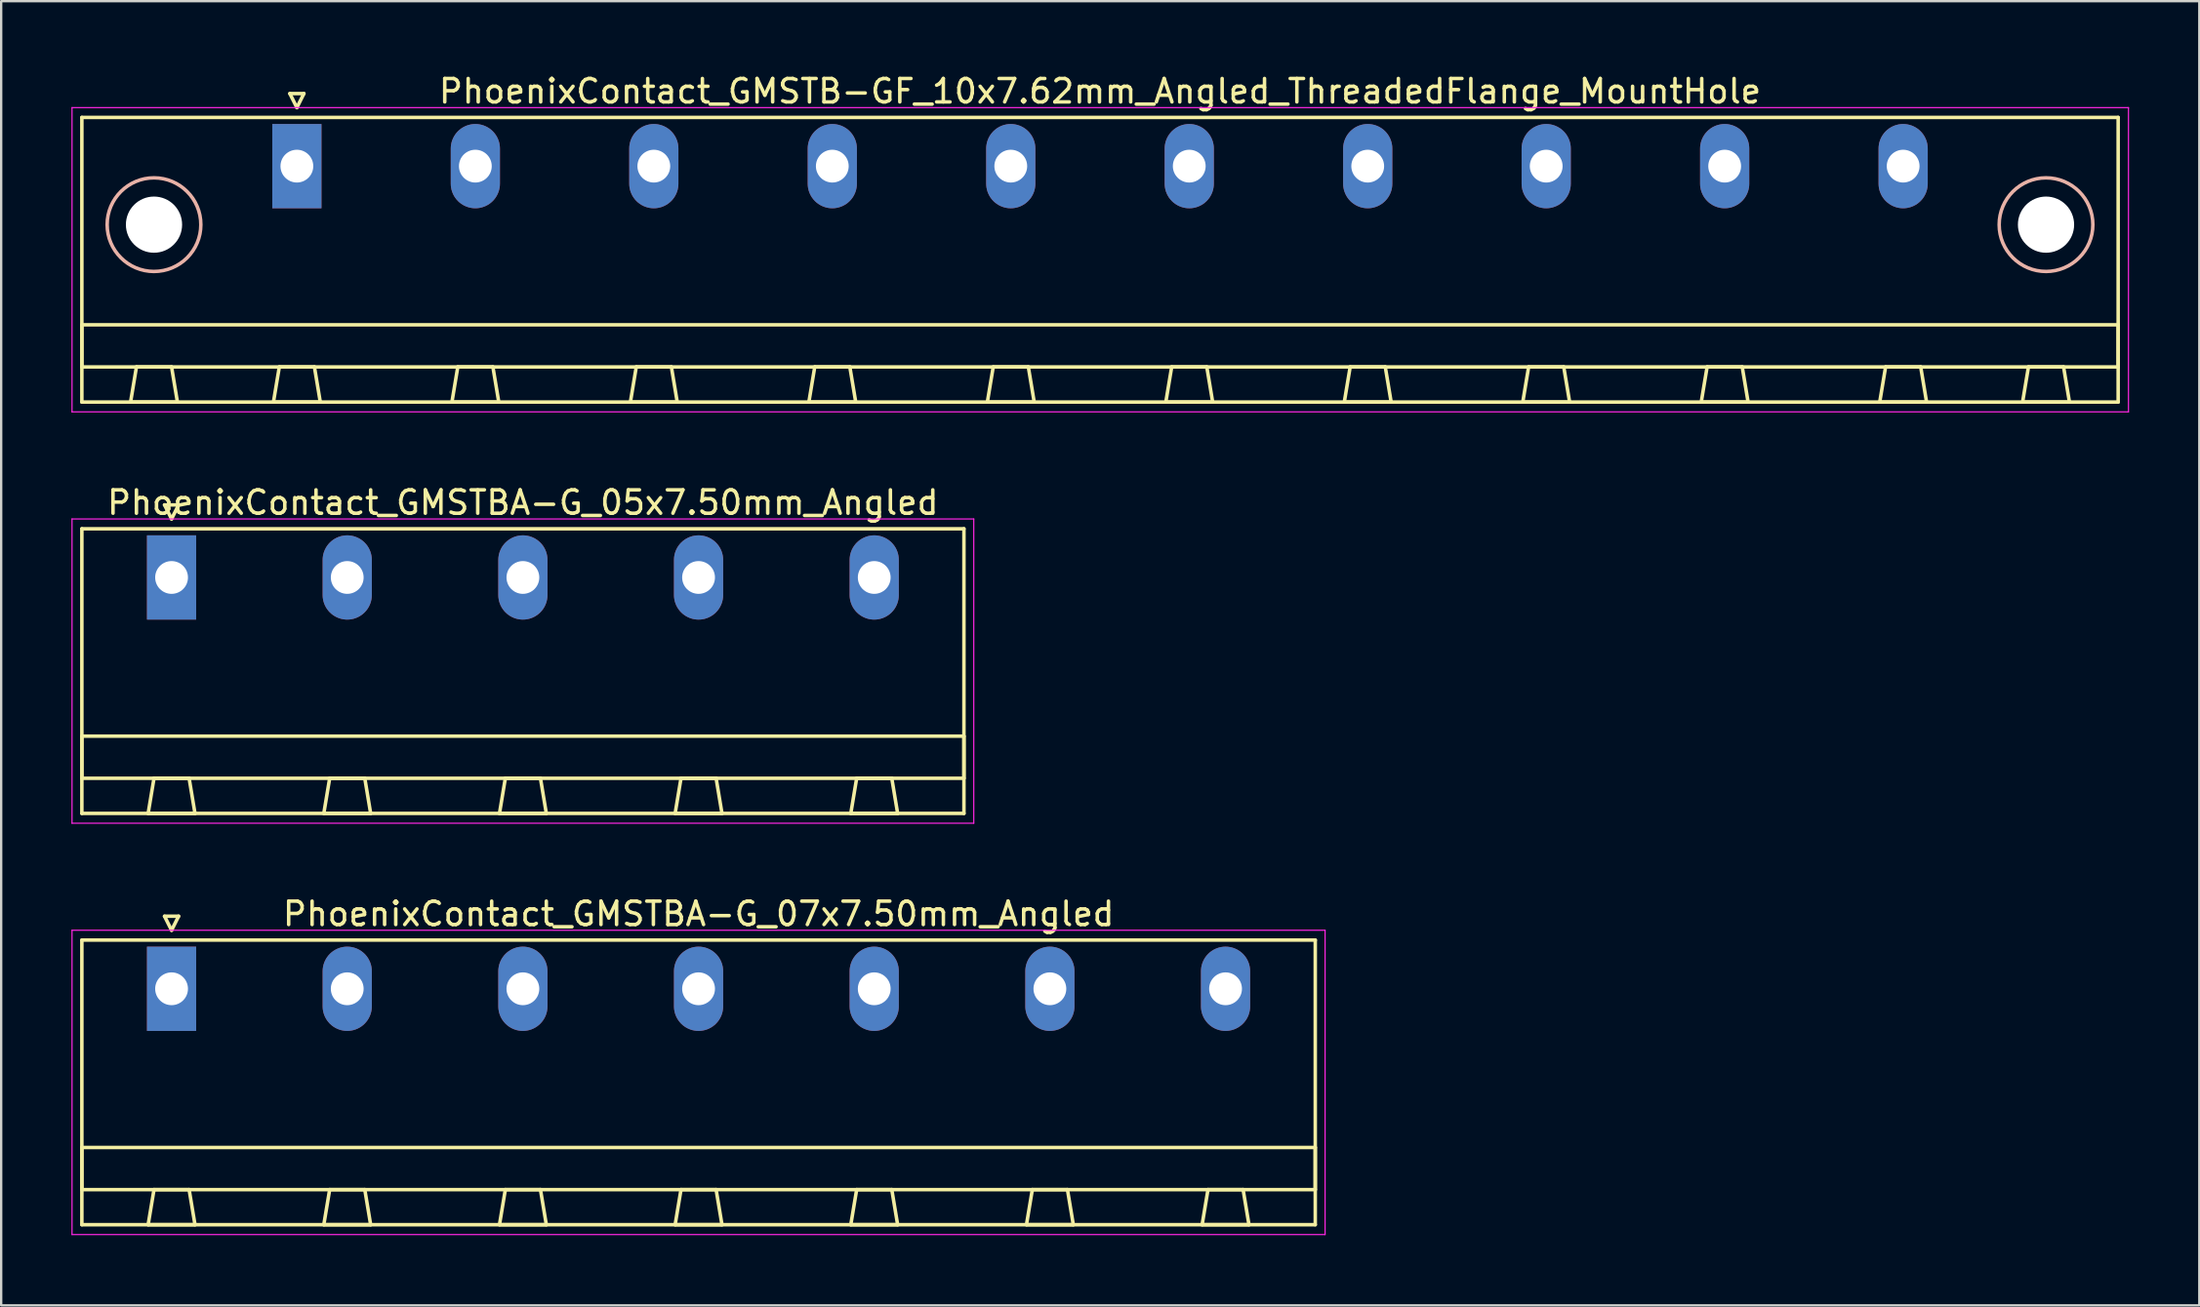
<source format=kicad_pcb>
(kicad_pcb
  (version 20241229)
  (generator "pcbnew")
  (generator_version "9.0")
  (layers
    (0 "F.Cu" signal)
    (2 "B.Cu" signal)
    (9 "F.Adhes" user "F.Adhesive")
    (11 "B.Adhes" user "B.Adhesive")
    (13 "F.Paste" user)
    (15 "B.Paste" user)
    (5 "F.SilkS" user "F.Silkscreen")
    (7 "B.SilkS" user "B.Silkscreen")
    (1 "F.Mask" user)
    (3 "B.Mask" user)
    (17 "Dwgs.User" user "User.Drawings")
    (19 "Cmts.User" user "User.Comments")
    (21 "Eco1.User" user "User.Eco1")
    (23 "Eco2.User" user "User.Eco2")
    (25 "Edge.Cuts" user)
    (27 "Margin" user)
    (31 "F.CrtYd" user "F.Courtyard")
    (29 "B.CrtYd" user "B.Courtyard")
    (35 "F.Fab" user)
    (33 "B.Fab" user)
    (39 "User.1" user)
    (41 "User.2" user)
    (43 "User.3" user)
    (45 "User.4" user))
  (footprint "PhoenixContact_GMSTB-GF_10x7.62mm_Angled_ThreadedFlange_MountHole"
    (layer "F.Cu")
    (at 9.625 4.048)
    (property "Reference" "PhoenixContact_GMSTB-GF_10x7.62mm_Angled_ThreadedFlange_MountHole" (at 34.29 -3.2 0) (layer "F.SilkS") (effects (font (size 1 1) (thickness 0.15))))
    (attr through_hole)
    (fp_line (start -9.18 -2.08) (end -9.18 10.08) (stroke (width 0.15) (type solid)) (layer "F.SilkS"))
    (fp_line (start -9.18 6.78) (end 77.76 6.78) (stroke (width 0.15) (type solid)) (layer "F.SilkS"))
    (fp_line (start -9.18 8.58) (end -9.18 6.78) (stroke (width 0.15) (type solid)) (layer "F.SilkS"))
    (fp_line (start -9.18 10.08) (end 77.76 10.08) (stroke (width 0.15) (type solid)) (layer "F.SilkS"))
    (fp_line (start -7.1 10.08) (end -5.1 10.08) (stroke (width 0.15) (type solid)) (layer "F.SilkS"))
    (fp_line (start -6.85 8.58) (end -7.1 10.08) (stroke (width 0.15) (type solid)) (layer "F.SilkS"))
    (fp_line (start -5.35 8.58) (end -6.85 8.58) (stroke (width 0.15) (type solid)) (layer "F.SilkS"))
    (fp_line (start -5.1 10.08) (end -5.35 8.58) (stroke (width 0.15) (type solid)) (layer "F.SilkS"))
    (fp_line (start -1 10.08) (end 1 10.08) (stroke (width 0.15) (type solid)) (layer "F.SilkS"))
    (fp_line (start -0.75 8.58) (end -1 10.08) (stroke (width 0.15) (type solid)) (layer "F.SilkS"))
    (fp_line (start -0.3 -3.1) (end 0 -2.5) (stroke (width 0.15) (type solid)) (layer "F.SilkS"))
    (fp_line (start 0 -2.5) (end 0.3 -3.1) (stroke (width 0.15) (type solid)) (layer "F.SilkS"))
    (fp_line (start 0.3 -3.1) (end -0.3 -3.1) (stroke (width 0.15) (type solid)) (layer "F.SilkS"))
    (fp_line (start 0.75 8.58) (end -0.75 8.58) (stroke (width 0.15) (type solid)) (layer "F.SilkS"))
    (fp_line (start 1 10.08) (end 0.75 8.58) (stroke (width 0.15) (type solid)) (layer "F.SilkS"))
    (fp_line (start 6.62 10.08) (end 8.62 10.08) (stroke (width 0.15) (type solid)) (layer "F.SilkS"))
    (fp_line (start 6.87 8.58) (end 6.62 10.08) (stroke (width 0.15) (type solid)) (layer "F.SilkS"))
    (fp_line (start 8.37 8.58) (end 6.87 8.58) (stroke (width 0.15) (type solid)) (layer "F.SilkS"))
    (fp_line (start 8.62 10.08) (end 8.37 8.58) (stroke (width 0.15) (type solid)) (layer "F.SilkS"))
    (fp_line (start 14.24 10.08) (end 16.24 10.08) (stroke (width 0.15) (type solid)) (layer "F.SilkS"))
    (fp_line (start 14.49 8.58) (end 14.24 10.08) (stroke (width 0.15) (type solid)) (layer "F.SilkS"))
    (fp_line (start 15.99 8.58) (end 14.49 8.58) (stroke (width 0.15) (type solid)) (layer "F.SilkS"))
    (fp_line (start 16.24 10.08) (end 15.99 8.58) (stroke (width 0.15) (type solid)) (layer "F.SilkS"))
    (fp_line (start 21.86 10.08) (end 23.86 10.08) (stroke (width 0.15) (type solid)) (layer "F.SilkS"))
    (fp_line (start 22.11 8.58) (end 21.86 10.08) (stroke (width 0.15) (type solid)) (layer "F.SilkS"))
    (fp_line (start 23.61 8.58) (end 22.11 8.58) (stroke (width 0.15) (type solid)) (layer "F.SilkS"))
    (fp_line (start 23.86 10.08) (end 23.61 8.58) (stroke (width 0.15) (type solid)) (layer "F.SilkS"))
    (fp_line (start 29.48 10.08) (end 31.48 10.08) (stroke (width 0.15) (type solid)) (layer "F.SilkS"))
    (fp_line (start 29.73 8.58) (end 29.48 10.08) (stroke (width 0.15) (type solid)) (layer "F.SilkS"))
    (fp_line (start 31.23 8.58) (end 29.73 8.58) (stroke (width 0.15) (type solid)) (layer "F.SilkS"))
    (fp_line (start 31.48 10.08) (end 31.23 8.58) (stroke (width 0.15) (type solid)) (layer "F.SilkS"))
    (fp_line (start 37.1 10.08) (end 39.1 10.08) (stroke (width 0.15) (type solid)) (layer "F.SilkS"))
    (fp_line (start 37.35 8.58) (end 37.1 10.08) (stroke (width 0.15) (type solid)) (layer "F.SilkS"))
    (fp_line (start 38.85 8.58) (end 37.35 8.58) (stroke (width 0.15) (type solid)) (layer "F.SilkS"))
    (fp_line (start 39.1 10.08) (end 38.85 8.58) (stroke (width 0.15) (type solid)) (layer "F.SilkS"))
    (fp_line (start 44.72 10.08) (end 46.72 10.08) (stroke (width 0.15) (type solid)) (layer "F.SilkS"))
    (fp_line (start 44.97 8.58) (end 44.72 10.08) (stroke (width 0.15) (type solid)) (layer "F.SilkS"))
    (fp_line (start 46.47 8.58) (end 44.97 8.58) (stroke (width 0.15) (type solid)) (layer "F.SilkS"))
    (fp_line (start 46.72 10.08) (end 46.47 8.58) (stroke (width 0.15) (type solid)) (layer "F.SilkS"))
    (fp_line (start 52.34 10.08) (end 54.34 10.08) (stroke (width 0.15) (type solid)) (layer "F.SilkS"))
    (fp_line (start 52.59 8.58) (end 52.34 10.08) (stroke (width 0.15) (type solid)) (layer "F.SilkS"))
    (fp_line (start 54.09 8.58) (end 52.59 8.58) (stroke (width 0.15) (type solid)) (layer "F.SilkS"))
    (fp_line (start 54.34 10.08) (end 54.09 8.58) (stroke (width 0.15) (type solid)) (layer "F.SilkS"))
    (fp_line (start 59.96 10.08) (end 61.96 10.08) (stroke (width 0.15) (type solid)) (layer "F.SilkS"))
    (fp_line (start 60.21 8.58) (end 59.96 10.08) (stroke (width 0.15) (type solid)) (layer "F.SilkS"))
    (fp_line (start 61.71 8.58) (end 60.21 8.58) (stroke (width 0.15) (type solid)) (layer "F.SilkS"))
    (fp_line (start 61.96 10.08) (end 61.71 8.58) (stroke (width 0.15) (type solid)) (layer "F.SilkS"))
    (fp_line (start 67.58 10.08) (end 69.58 10.08) (stroke (width 0.15) (type solid)) (layer "F.SilkS"))
    (fp_line (start 67.83 8.58) (end 67.58 10.08) (stroke (width 0.15) (type solid)) (layer "F.SilkS"))
    (fp_line (start 69.33 8.58) (end 67.83 8.58) (stroke (width 0.15) (type solid)) (layer "F.SilkS"))
    (fp_line (start 69.58 10.08) (end 69.33 8.58) (stroke (width 0.15) (type solid)) (layer "F.SilkS"))
    (fp_line (start 73.68 10.08) (end 75.68 10.08) (stroke (width 0.15) (type solid)) (layer "F.SilkS"))
    (fp_line (start 73.93 8.58) (end 73.68 10.08) (stroke (width 0.15) (type solid)) (layer "F.SilkS"))
    (fp_line (start 75.43 8.58) (end 73.93 8.58) (stroke (width 0.15) (type solid)) (layer "F.SilkS"))
    (fp_line (start 75.68 10.08) (end 75.43 8.58) (stroke (width 0.15) (type solid)) (layer "F.SilkS"))
    (fp_line (start 77.76 -2.08) (end -9.18 -2.08) (stroke (width 0.15) (type solid)) (layer "F.SilkS"))
    (fp_line (start 77.76 6.78) (end 77.76 8.58) (stroke (width 0.15) (type solid)) (layer "F.SilkS"))
    (fp_line (start 77.76 8.58) (end -9.18 8.58) (stroke (width 0.15) (type solid)) (layer "F.SilkS"))
    (fp_line (start 77.76 10.08) (end 77.76 -2.08) (stroke (width 0.15) (type solid)) (layer "F.SilkS"))
    (fp_circle (center -6.1 2.5) (end -4.1 2.5) (stroke (width 0.15) (type solid)) (fill no) (layer "B.SilkS"))
    (fp_circle (center 74.68 2.5) (end 76.68 2.5) (stroke (width 0.15) (type solid)) (fill no) (layer "B.SilkS"))
    (fp_line (start -9.6 -2.5) (end -9.6 10.5) (stroke (width 0.05) (type solid)) (layer "F.CrtYd"))
    (fp_line (start -9.6 10.5) (end 78.2 10.5) (stroke (width 0.05) (type solid)) (layer "F.CrtYd"))
    (fp_line (start 78.2 -2.5) (end -9.6 -2.5) (stroke (width 0.05) (type solid)) (layer "F.CrtYd"))
    (fp_line (start 78.2 10.5) (end 78.2 -2.5) (stroke (width 0.05) (type solid)) (layer "F.CrtYd"))
    (pad "" np_thru_hole circle (at -6.1 2.5) (size 2.4 2.4) (drill 2.4) (layers "*.Cu" "*.Mask"))
    (pad "" np_thru_hole circle (at 74.68 2.5) (size 2.4 2.4) (drill 2.4) (layers "*.Cu" "*.Mask"))
    (pad "1" thru_hole rect (at 0 0) (size 2.1 3.6) (drill 1.4) (layers "*.Cu" "*.Mask"))
    (pad "2" thru_hole oval (at 7.62 0) (size 2.1 3.6) (drill 1.4) (layers "*.Cu" "*.Mask"))
    (pad "3" thru_hole oval (at 15.24 0) (size 2.1 3.6) (drill 1.4) (layers "*.Cu" "*.Mask"))
    (pad "4" thru_hole oval (at 22.86 0) (size 2.1 3.6) (drill 1.4) (layers "*.Cu" "*.Mask"))
    (pad "5" thru_hole oval (at 30.48 0) (size 2.1 3.6) (drill 1.4) (layers "*.Cu" "*.Mask"))
    (pad "6" thru_hole oval (at 38.1 0) (size 2.1 3.6) (drill 1.4) (layers "*.Cu" "*.Mask"))
    (pad "7" thru_hole oval (at 45.72 0) (size 2.1 3.6) (drill 1.4) (layers "*.Cu" "*.Mask"))
    (pad "8" thru_hole oval (at 53.34 0) (size 2.1 3.6) (drill 1.4) (layers "*.Cu" "*.Mask"))
    (pad "9" thru_hole oval (at 60.96 0) (size 2.1 3.6) (drill 1.4) (layers "*.Cu" "*.Mask"))
    (pad "10" thru_hole oval (at 68.58 0) (size 2.1 3.6) (drill 1.4) (layers "*.Cu" "*.Mask")))
  (footprint "PhoenixContact_GMSTBA-G_05x7.50mm_Angled"
    (layer "F.Cu")
    (at 4.275 21.622)
    (property "Reference" "PhoenixContact_GMSTBA-G_05x7.50mm_Angled" (at 15 -3.2 0) (layer "F.SilkS") (effects (font (size 1 1) (thickness 0.15))))
    (attr through_hole)
    (fp_line (start -3.83 -2.08) (end -3.83 10.08) (stroke (width 0.15) (type solid)) (layer "F.SilkS"))
    (fp_line (start -3.83 6.78) (end 33.83 6.78) (stroke (width 0.15) (type solid)) (layer "F.SilkS"))
    (fp_line (start -3.83 8.58) (end -3.83 6.78) (stroke (width 0.15) (type solid)) (layer "F.SilkS"))
    (fp_line (start -3.83 10.08) (end 33.83 10.08) (stroke (width 0.15) (type solid)) (layer "F.SilkS"))
    (fp_line (start -1 10.08) (end 1 10.08) (stroke (width 0.15) (type solid)) (layer "F.SilkS"))
    (fp_line (start -0.75 8.58) (end -1 10.08) (stroke (width 0.15) (type solid)) (layer "F.SilkS"))
    (fp_line (start -0.3 -3.1) (end 0 -2.5) (stroke (width 0.15) (type solid)) (layer "F.SilkS"))
    (fp_line (start 0 -2.5) (end 0.3 -3.1) (stroke (width 0.15) (type solid)) (layer "F.SilkS"))
    (fp_line (start 0.3 -3.1) (end -0.3 -3.1) (stroke (width 0.15) (type solid)) (layer "F.SilkS"))
    (fp_line (start 0.75 8.58) (end -0.75 8.58) (stroke (width 0.15) (type solid)) (layer "F.SilkS"))
    (fp_line (start 1 10.08) (end 0.75 8.58) (stroke (width 0.15) (type solid)) (layer "F.SilkS"))
    (fp_line (start 6.5 10.08) (end 8.5 10.08) (stroke (width 0.15) (type solid)) (layer "F.SilkS"))
    (fp_line (start 6.75 8.58) (end 6.5 10.08) (stroke (width 0.15) (type solid)) (layer "F.SilkS"))
    (fp_line (start 8.25 8.58) (end 6.75 8.58) (stroke (width 0.15) (type solid)) (layer "F.SilkS"))
    (fp_line (start 8.5 10.08) (end 8.25 8.58) (stroke (width 0.15) (type solid)) (layer "F.SilkS"))
    (fp_line (start 14 10.08) (end 16 10.08) (stroke (width 0.15) (type solid)) (layer "F.SilkS"))
    (fp_line (start 14.25 8.58) (end 14 10.08) (stroke (width 0.15) (type solid)) (layer "F.SilkS"))
    (fp_line (start 15.75 8.58) (end 14.25 8.58) (stroke (width 0.15) (type solid)) (layer "F.SilkS"))
    (fp_line (start 16 10.08) (end 15.75 8.58) (stroke (width 0.15) (type solid)) (layer "F.SilkS"))
    (fp_line (start 21.5 10.08) (end 23.5 10.08) (stroke (width 0.15) (type solid)) (layer "F.SilkS"))
    (fp_line (start 21.75 8.58) (end 21.5 10.08) (stroke (width 0.15) (type solid)) (layer "F.SilkS"))
    (fp_line (start 23.25 8.58) (end 21.75 8.58) (stroke (width 0.15) (type solid)) (layer "F.SilkS"))
    (fp_line (start 23.5 10.08) (end 23.25 8.58) (stroke (width 0.15) (type solid)) (layer "F.SilkS"))
    (fp_line (start 29 10.08) (end 31 10.08) (stroke (width 0.15) (type solid)) (layer "F.SilkS"))
    (fp_line (start 29.25 8.58) (end 29 10.08) (stroke (width 0.15) (type solid)) (layer "F.SilkS"))
    (fp_line (start 30.75 8.58) (end 29.25 8.58) (stroke (width 0.15) (type solid)) (layer "F.SilkS"))
    (fp_line (start 31 10.08) (end 30.75 8.58) (stroke (width 0.15) (type solid)) (layer "F.SilkS"))
    (fp_line (start 33.83 -2.08) (end -3.83 -2.08) (stroke (width 0.15) (type solid)) (layer "F.SilkS"))
    (fp_line (start 33.83 6.78) (end 33.83 8.58) (stroke (width 0.15) (type solid)) (layer "F.SilkS"))
    (fp_line (start 33.83 8.58) (end -3.83 8.58) (stroke (width 0.15) (type solid)) (layer "F.SilkS"))
    (fp_line (start 33.83 10.08) (end 33.83 -2.08) (stroke (width 0.15) (type solid)) (layer "F.SilkS"))
    (fp_line (start -4.25 -2.5) (end -4.25 10.5) (stroke (width 0.05) (type solid)) (layer "F.CrtYd"))
    (fp_line (start -4.25 10.5) (end 34.25 10.5) (stroke (width 0.05) (type solid)) (layer "F.CrtYd"))
    (fp_line (start 34.25 -2.5) (end -4.25 -2.5) (stroke (width 0.05) (type solid)) (layer "F.CrtYd"))
    (fp_line (start 34.25 10.5) (end 34.25 -2.5) (stroke (width 0.05) (type solid)) (layer "F.CrtYd"))
    (pad "1" thru_hole rect (at 0 0) (size 2.1 3.6) (drill 1.4) (layers "*.Cu" "*.Mask"))
    (pad "2" thru_hole oval (at 7.5 0) (size 2.1 3.6) (drill 1.4) (layers "*.Cu" "*.Mask"))
    (pad "3" thru_hole oval (at 15 0) (size 2.1 3.6) (drill 1.4) (layers "*.Cu" "*.Mask"))
    (pad "4" thru_hole oval (at 22.5 0) (size 2.1 3.6) (drill 1.4) (layers "*.Cu" "*.Mask"))
    (pad "5" thru_hole oval (at 30 0) (size 2.1 3.6) (drill 1.4) (layers "*.Cu" "*.Mask")))
  (footprint "PhoenixContact_GMSTBA-G_07x7.50mm_Angled"
    (layer "F.Cu")
    (at 4.275 39.195)
    (property "Reference" "PhoenixContact_GMSTBA-G_07x7.50mm_Angled" (at 22.5 -3.2 0) (layer "F.SilkS") (effects (font (size 1 1) (thickness 0.15))))
    (attr through_hole)
    (fp_line (start -3.83 -2.08) (end -3.83 10.08) (stroke (width 0.15) (type solid)) (layer "F.SilkS"))
    (fp_line (start -3.83 6.78) (end 48.83 6.78) (stroke (width 0.15) (type solid)) (layer "F.SilkS"))
    (fp_line (start -3.83 8.58) (end -3.83 6.78) (stroke (width 0.15) (type solid)) (layer "F.SilkS"))
    (fp_line (start -3.83 10.08) (end 48.83 10.08) (stroke (width 0.15) (type solid)) (layer "F.SilkS"))
    (fp_line (start -1 10.08) (end 1 10.08) (stroke (width 0.15) (type solid)) (layer "F.SilkS"))
    (fp_line (start -0.75 8.58) (end -1 10.08) (stroke (width 0.15) (type solid)) (layer "F.SilkS"))
    (fp_line (start -0.3 -3.1) (end 0 -2.5) (stroke (width 0.15) (type solid)) (layer "F.SilkS"))
    (fp_line (start 0 -2.5) (end 0.3 -3.1) (stroke (width 0.15) (type solid)) (layer "F.SilkS"))
    (fp_line (start 0.3 -3.1) (end -0.3 -3.1) (stroke (width 0.15) (type solid)) (layer "F.SilkS"))
    (fp_line (start 0.75 8.58) (end -0.75 8.58) (stroke (width 0.15) (type solid)) (layer "F.SilkS"))
    (fp_line (start 1 10.08) (end 0.75 8.58) (stroke (width 0.15) (type solid)) (layer "F.SilkS"))
    (fp_line (start 6.5 10.08) (end 8.5 10.08) (stroke (width 0.15) (type solid)) (layer "F.SilkS"))
    (fp_line (start 6.75 8.58) (end 6.5 10.08) (stroke (width 0.15) (type solid)) (layer "F.SilkS"))
    (fp_line (start 8.25 8.58) (end 6.75 8.58) (stroke (width 0.15) (type solid)) (layer "F.SilkS"))
    (fp_line (start 8.5 10.08) (end 8.25 8.58) (stroke (width 0.15) (type solid)) (layer "F.SilkS"))
    (fp_line (start 14 10.08) (end 16 10.08) (stroke (width 0.15) (type solid)) (layer "F.SilkS"))
    (fp_line (start 14.25 8.58) (end 14 10.08) (stroke (width 0.15) (type solid)) (layer "F.SilkS"))
    (fp_line (start 15.75 8.58) (end 14.25 8.58) (stroke (width 0.15) (type solid)) (layer "F.SilkS"))
    (fp_line (start 16 10.08) (end 15.75 8.58) (stroke (width 0.15) (type solid)) (layer "F.SilkS"))
    (fp_line (start 21.5 10.08) (end 23.5 10.08) (stroke (width 0.15) (type solid)) (layer "F.SilkS"))
    (fp_line (start 21.75 8.58) (end 21.5 10.08) (stroke (width 0.15) (type solid)) (layer "F.SilkS"))
    (fp_line (start 23.25 8.58) (end 21.75 8.58) (stroke (width 0.15) (type solid)) (layer "F.SilkS"))
    (fp_line (start 23.5 10.08) (end 23.25 8.58) (stroke (width 0.15) (type solid)) (layer "F.SilkS"))
    (fp_line (start 29 10.08) (end 31 10.08) (stroke (width 0.15) (type solid)) (layer "F.SilkS"))
    (fp_line (start 29.25 8.58) (end 29 10.08) (stroke (width 0.15) (type solid)) (layer "F.SilkS"))
    (fp_line (start 30.75 8.58) (end 29.25 8.58) (stroke (width 0.15) (type solid)) (layer "F.SilkS"))
    (fp_line (start 31 10.08) (end 30.75 8.58) (stroke (width 0.15) (type solid)) (layer "F.SilkS"))
    (fp_line (start 36.5 10.08) (end 38.5 10.08) (stroke (width 0.15) (type solid)) (layer "F.SilkS"))
    (fp_line (start 36.75 8.58) (end 36.5 10.08) (stroke (width 0.15) (type solid)) (layer "F.SilkS"))
    (fp_line (start 38.25 8.58) (end 36.75 8.58) (stroke (width 0.15) (type solid)) (layer "F.SilkS"))
    (fp_line (start 38.5 10.08) (end 38.25 8.58) (stroke (width 0.15) (type solid)) (layer "F.SilkS"))
    (fp_line (start 44 10.08) (end 46 10.08) (stroke (width 0.15) (type solid)) (layer "F.SilkS"))
    (fp_line (start 44.25 8.58) (end 44 10.08) (stroke (width 0.15) (type solid)) (layer "F.SilkS"))
    (fp_line (start 45.75 8.58) (end 44.25 8.58) (stroke (width 0.15) (type solid)) (layer "F.SilkS"))
    (fp_line (start 46 10.08) (end 45.75 8.58) (stroke (width 0.15) (type solid)) (layer "F.SilkS"))
    (fp_line (start 48.83 -2.08) (end -3.83 -2.08) (stroke (width 0.15) (type solid)) (layer "F.SilkS"))
    (fp_line (start 48.83 6.78) (end 48.83 8.58) (stroke (width 0.15) (type solid)) (layer "F.SilkS"))
    (fp_line (start 48.83 8.58) (end -3.83 8.58) (stroke (width 0.15) (type solid)) (layer "F.SilkS"))
    (fp_line (start 48.83 10.08) (end 48.83 -2.08) (stroke (width 0.15) (type solid)) (layer "F.SilkS"))
    (fp_line (start -4.25 -2.5) (end -4.25 10.5) (stroke (width 0.05) (type solid)) (layer "F.CrtYd"))
    (fp_line (start -4.25 10.5) (end 49.25 10.5) (stroke (width 0.05) (type solid)) (layer "F.CrtYd"))
    (fp_line (start 49.25 -2.5) (end -4.25 -2.5) (stroke (width 0.05) (type solid)) (layer "F.CrtYd"))
    (fp_line (start 49.25 10.5) (end 49.25 -2.5) (stroke (width 0.05) (type solid)) (layer "F.CrtYd"))
    (pad "1" thru_hole rect (at 0 0) (size 2.1 3.6) (drill 1.4) (layers "*.Cu" "*.Mask"))
    (pad "2" thru_hole oval (at 7.5 0) (size 2.1 3.6) (drill 1.4) (layers "*.Cu" "*.Mask"))
    (pad "3" thru_hole oval (at 15 0) (size 2.1 3.6) (drill 1.4) (layers "*.Cu" "*.Mask"))
    (pad "4" thru_hole oval (at 22.5 0) (size 2.1 3.6) (drill 1.4) (layers "*.Cu" "*.Mask"))
    (pad "5" thru_hole oval (at 30 0) (size 2.1 3.6) (drill 1.4) (layers "*.Cu" "*.Mask"))
    (pad "6" thru_hole oval (at 37.5 0) (size 2.1 3.6) (drill 1.4) (layers "*.Cu" "*.Mask"))
    (pad "7" thru_hole oval (at 45 0) (size 2.1 3.6) (drill 1.4) (layers "*.Cu" "*.Mask")))
  (gr_rect
    (start -3 -3)
    (end 90.85 52.72)
    (stroke (width 0.1) (type default))
    (fill no)
    (layer "Edge.Cuts")))
</source>
